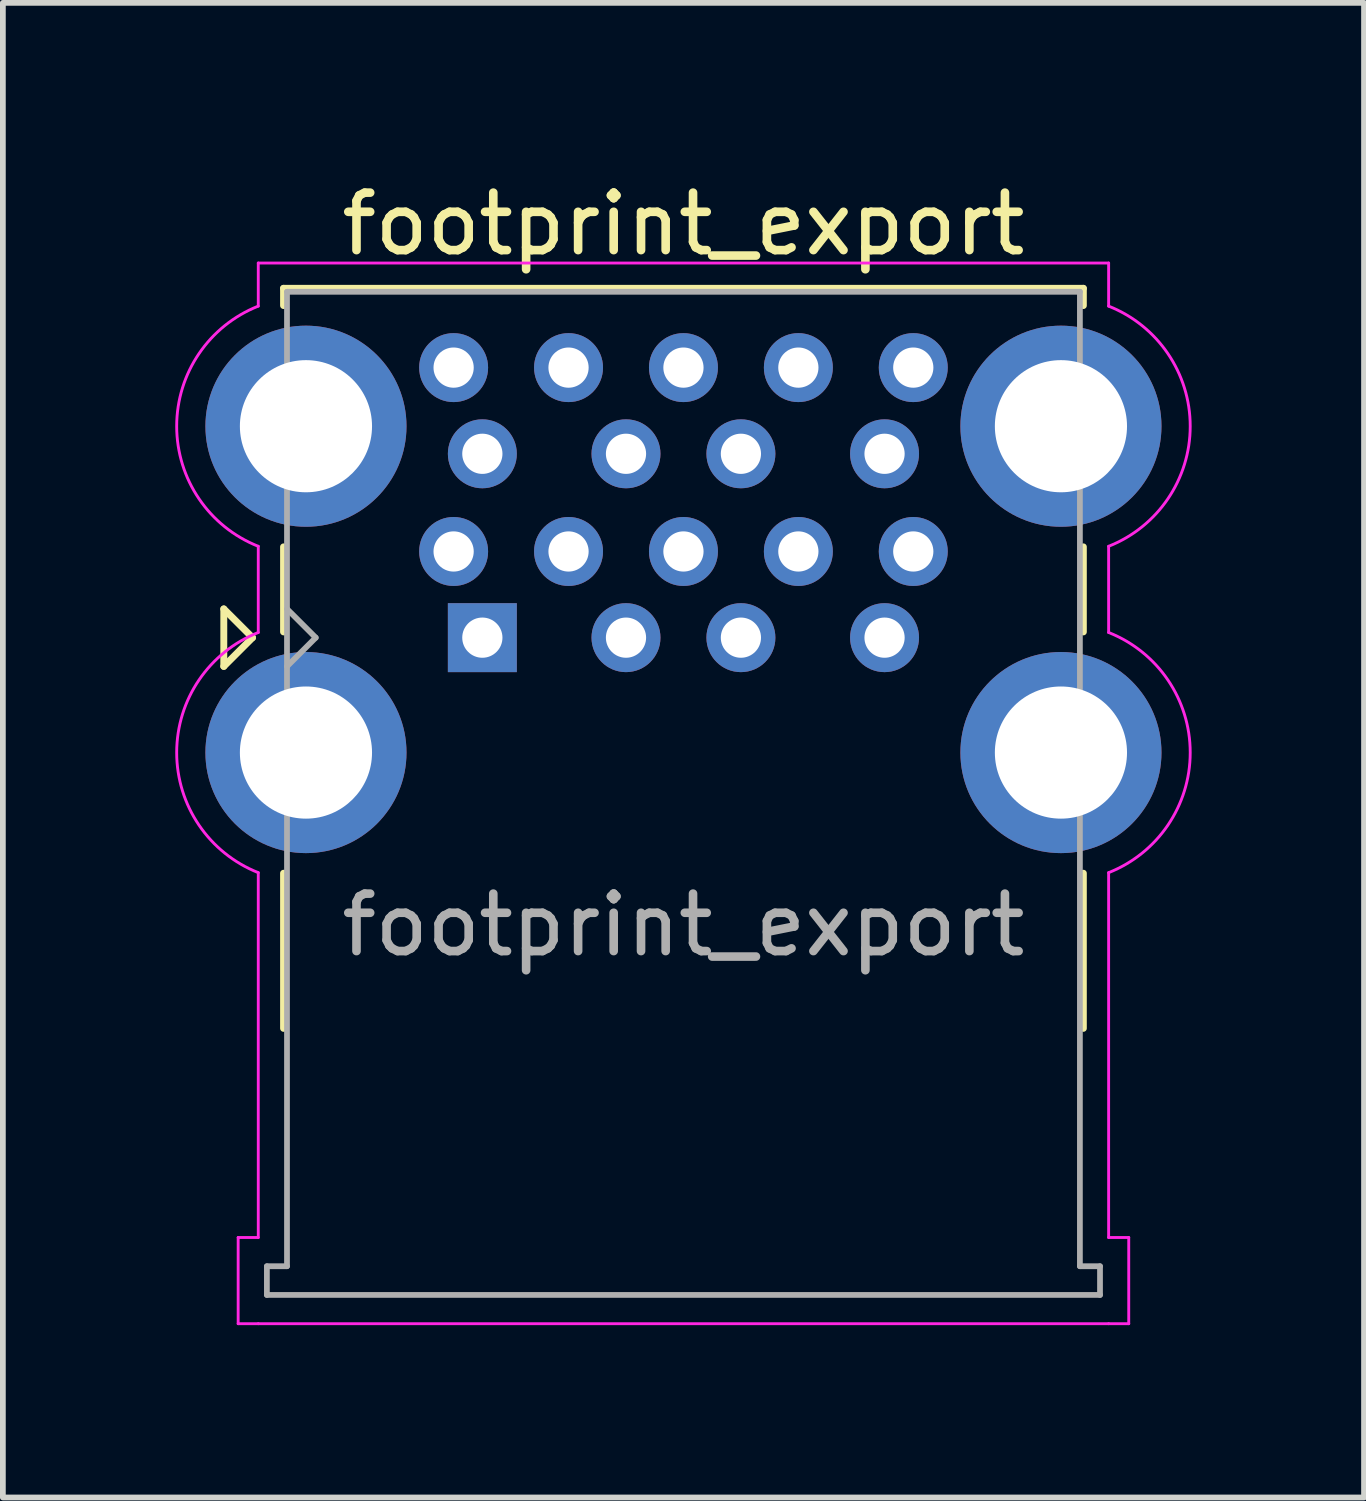
<source format=kicad_pcb>
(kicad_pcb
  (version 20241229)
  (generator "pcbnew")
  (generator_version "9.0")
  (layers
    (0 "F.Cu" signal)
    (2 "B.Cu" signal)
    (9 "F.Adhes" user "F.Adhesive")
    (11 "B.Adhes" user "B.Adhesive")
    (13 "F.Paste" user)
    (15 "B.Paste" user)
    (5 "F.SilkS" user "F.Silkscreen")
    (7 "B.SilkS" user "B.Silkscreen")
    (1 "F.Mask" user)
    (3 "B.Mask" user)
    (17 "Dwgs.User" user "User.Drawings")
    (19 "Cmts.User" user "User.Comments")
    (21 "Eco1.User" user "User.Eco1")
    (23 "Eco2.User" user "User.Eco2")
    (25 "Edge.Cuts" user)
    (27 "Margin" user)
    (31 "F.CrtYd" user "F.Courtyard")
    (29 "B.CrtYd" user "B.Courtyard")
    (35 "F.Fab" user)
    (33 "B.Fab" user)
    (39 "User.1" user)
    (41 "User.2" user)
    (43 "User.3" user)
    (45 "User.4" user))
  (footprint "footprint_export"
    (layer "F.Cu")
    (at 5.345 8.048)
    (property "Reference" "footprint_export" (at 3.5 -7.2 0) (layer "F.SilkS") (effects (font (size 1 1) (thickness 0.15))))
    (attr through_hole)
    (fp_line (start -4.5 -0.5) (end -4.5 0.5) (stroke (width 0.12) (type solid)) (layer "F.SilkS"))
    (fp_line (start -4.5 0.5) (end -4 0) (stroke (width 0.12) (type solid)) (layer "F.SilkS"))
    (fp_line (start -4 0) (end -4.5 -0.5) (stroke (width 0.12) (type solid)) (layer "F.SilkS"))
    (fp_line (start -3.46 -6.08) (end -3.46 -5.78) (stroke (width 0.12) (type solid)) (layer "F.SilkS"))
    (fp_line (start -3.46 -6.08) (end 10.46 -6.08) (stroke (width 0.12) (type solid)) (layer "F.SilkS"))
    (fp_line (start -3.46 -0.1) (end -3.46 -1.58) (stroke (width 0.12) (type solid)) (layer "F.SilkS"))
    (fp_line (start -3.46 6.8) (end -3.46 4.1) (stroke (width 0.12) (type solid)) (layer "F.SilkS"))
    (fp_line (start 10.46 -6.08) (end 10.46 -5.78) (stroke (width 0.12) (type solid)) (layer "F.SilkS"))
    (fp_line (start 10.46 -0.1) (end 10.46 -1.58) (stroke (width 0.12) (type solid)) (layer "F.SilkS"))
    (fp_line (start 10.46 6.8) (end 10.46 4.1) (stroke (width 0.12) (type solid)) (layer "F.SilkS"))
    (fp_line (start -4.25 10.44) (end -3.9 10.44) (stroke (width 0.05) (type solid)) (layer "F.CrtYd"))
    (fp_line (start -4.25 11.94) (end -4.25 10.44) (stroke (width 0.05) (type solid)) (layer "F.CrtYd"))
    (fp_line (start -3.9 -6.52) (end 10.9 -6.52) (stroke (width 0.05) (type solid)) (layer "F.CrtYd"))
    (fp_line (start -3.9 -5.77) (end -3.9 -6.52) (stroke (width 0.05) (type solid)) (layer "F.CrtYd"))
    (fp_line (start -3.9 -0.09) (end -3.9 -1.59) (stroke (width 0.05) (type solid)) (layer "F.CrtYd"))
    (fp_line (start -3.9 10.44) (end -3.9 4.09) (stroke (width 0.05) (type solid)) (layer "F.CrtYd"))
    (fp_line (start -3.9 11.94) (end -4.25 11.94) (stroke (width 0.05) (type solid)) (layer "F.CrtYd"))
    (fp_line (start -3.9 11.94) (end 10.9 11.94) (stroke (width 0.05) (type solid)) (layer "F.CrtYd"))
    (fp_line (start 10.9 -6.52) (end 10.9 -5.77) (stroke (width 0.05) (type solid)) (layer "F.CrtYd"))
    (fp_line (start 10.9 -1.59) (end 10.9 -0.09) (stroke (width 0.05) (type solid)) (layer "F.CrtYd"))
    (fp_line (start 10.9 4.09) (end 10.9 10.44) (stroke (width 0.05) (type solid)) (layer "F.CrtYd"))
    (fp_line (start 10.9 11.94) (end 11.25 11.94) (stroke (width 0.05) (type solid)) (layer "F.CrtYd"))
    (fp_line (start 11.25 10.44) (end 10.9 10.44) (stroke (width 0.05) (type solid)) (layer "F.CrtYd"))
    (fp_line (start 11.25 11.94) (end 11.25 10.44) (stroke (width 0.05) (type solid)) (layer "F.CrtYd"))
    (fp_arc (start -3.9 -1.59) (mid -5.32 -3.68) (end -3.9 -5.77) (stroke (width 0.05) (type solid)) (layer "F.CrtYd"))
    (fp_arc (start -3.9 4.09) (mid -5.32 2) (end -3.9 -0.09) (stroke (width 0.05) (type solid)) (layer "F.CrtYd"))
    (fp_arc (start 10.9 -5.77) (mid 12.32 -3.68) (end 10.9 -1.59) (stroke (width 0.05) (type solid)) (layer "F.CrtYd"))
    (fp_arc (start 10.9 -0.09) (mid 12.32 2) (end 10.9 4.09) (stroke (width 0.05) (type solid)) (layer "F.CrtYd"))
    (fp_line (start -3.75 10.94) (end -3.4 10.94) (stroke (width 0.1) (type default)) (layer "F.Fab"))
    (fp_line (start -3.75 11.44) (end -3.75 10.94) (stroke (width 0.1) (type default)) (layer "F.Fab"))
    (fp_line (start -3.4 -6.02) (end 10.4 -6.02) (stroke (width 0.1) (type solid)) (layer "F.Fab"))
    (fp_line (start -3.4 0.5) (end -2.9 0) (stroke (width 0.1) (type solid)) (layer "F.Fab"))
    (fp_line (start -3.4 10.94) (end -3.4 -6.02) (stroke (width 0.1) (type solid)) (layer "F.Fab"))
    (fp_line (start -2.9 0) (end -3.4 -0.5) (stroke (width 0.1) (type solid)) (layer "F.Fab"))
    (fp_line (start 10.4 -6.02) (end 10.4 10.94) (stroke (width 0.1) (type solid)) (layer "F.Fab"))
    (fp_line (start 10.75 10.94) (end 10.4 10.94) (stroke (width 0.1) (type default)) (layer "F.Fab"))
    (fp_line (start 10.75 11.44) (end -3.75 11.44) (stroke (width 0.1) (type solid)) (layer "F.Fab"))
    (fp_line (start 10.75 11.44) (end 10.75 10.94) (stroke (width 0.1) (type default)) (layer "F.Fab"))
    (fp_text user "${REFERENCE}" (at 3.5 5 0) (layer "F.Fab") (effects (font (size 1 1) (thickness 0.15))))
    (pad "1" thru_hole rect (at 0 0) (size 1.2 1.2) (drill 0.7) (layers "*.Cu" "*.Mask"))
    (pad "2" thru_hole circle (at 2.5 0) (size 1.2 1.2) (drill 0.7) (layers "*.Cu" "*.Mask"))
    (pad "3" thru_hole circle (at 4.5 0) (size 1.2 1.2) (drill 0.7) (layers "*.Cu" "*.Mask"))
    (pad "4" thru_hole circle (at 7 0) (size 1.2 1.2) (drill 0.7) (layers "*.Cu" "*.Mask"))
    (pad "5" thru_hole circle (at 7.5 -1.5) (size 1.2 1.2) (drill 0.7) (layers "*.Cu" "*.Mask"))
    (pad "6" thru_hole circle (at 5.5 -1.5) (size 1.2 1.2) (drill 0.7) (layers "*.Cu" "*.Mask"))
    (pad "7" thru_hole circle (at 3.5 -1.5) (size 1.2 1.2) (drill 0.7) (layers "*.Cu" "*.Mask"))
    (pad "8" thru_hole circle (at 1.5 -1.5) (size 1.2 1.2) (drill 0.7) (layers "*.Cu" "*.Mask"))
    (pad "9" thru_hole circle (at -0.5 -1.5) (size 1.2 1.2) (drill 0.7) (layers "*.Cu" "*.Mask"))
    (pad "10" thru_hole circle (at 0 -3.2) (size 1.2 1.2) (drill 0.7) (layers "*.Cu" "*.Mask"))
    (pad "11" thru_hole circle (at 2.5 -3.2) (size 1.2 1.2) (drill 0.7) (layers "*.Cu" "*.Mask"))
    (pad "12" thru_hole circle (at 4.5 -3.2) (size 1.2 1.2) (drill 0.7) (layers "*.Cu" "*.Mask"))
    (pad "13" thru_hole circle (at 7 -3.2) (size 1.2 1.2) (drill 0.7) (layers "*.Cu" "*.Mask"))
    (pad "14" thru_hole circle (at 7.5 -4.7) (size 1.2 1.2) (drill 0.7) (layers "*.Cu" "*.Mask"))
    (pad "15" thru_hole circle (at 5.5 -4.7) (size 1.2 1.2) (drill 0.7) (layers "*.Cu" "*.Mask"))
    (pad "16" thru_hole circle (at 3.5 -4.7) (size 1.2 1.2) (drill 0.7) (layers "*.Cu" "*.Mask"))
    (pad "17" thru_hole circle (at 1.5 -4.7) (size 1.2 1.2) (drill 0.7) (layers "*.Cu" "*.Mask"))
    (pad "18" thru_hole circle (at -0.5 -4.7) (size 1.2 1.2) (drill 0.7) (layers "*.Cu" "*.Mask"))
    (pad "19" thru_hole circle (at -3.07 -3.68) (size 3.5 3.5) (drill 2.3) (layers "*.Cu" "*.Mask"))
    (pad "19" thru_hole circle (at -3.07 2) (size 3.5 3.5) (drill 2.3) (layers "*.Cu" "*.Mask"))
    (pad "19" thru_hole circle (at 10.07 -3.68) (size 3.5 3.5) (drill 2.3) (layers "*.Cu" "*.Mask"))
    (pad "19" thru_hole circle (at 10.07 2) (size 3.5 3.5) (drill 2.3) (layers "*.Cu" "*.Mask")))
  (gr_rect
    (start -3 -3)
    (end 20.69 23.013)
    (stroke (width 0.1) (type default))
    (fill no)
    (layer "Edge.Cuts")))
</source>
